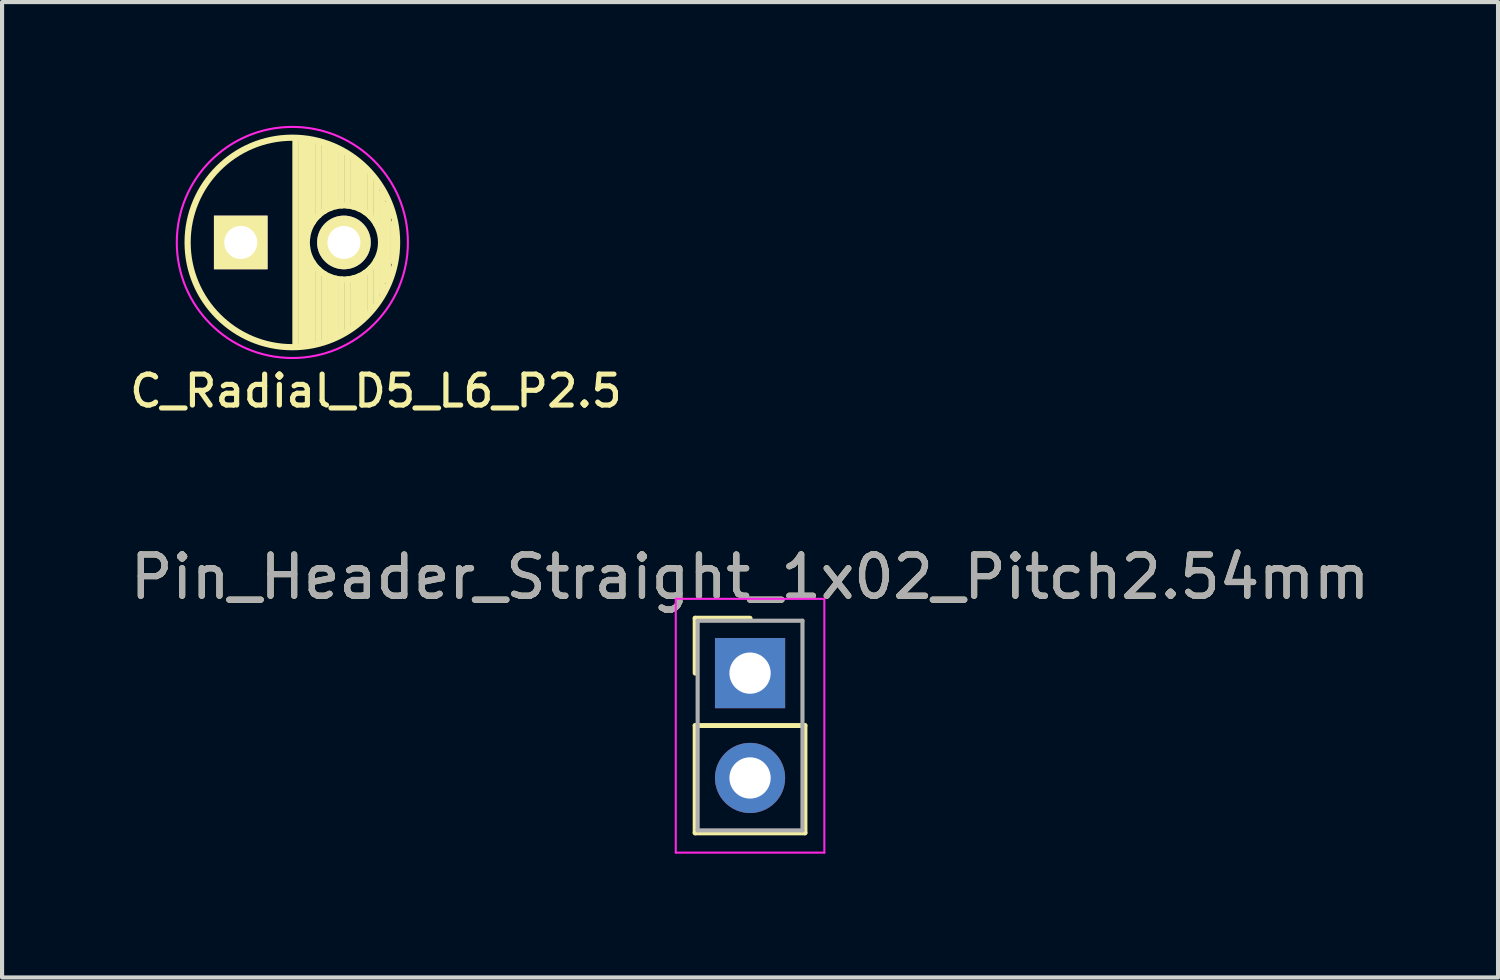
<source format=kicad_pcb>
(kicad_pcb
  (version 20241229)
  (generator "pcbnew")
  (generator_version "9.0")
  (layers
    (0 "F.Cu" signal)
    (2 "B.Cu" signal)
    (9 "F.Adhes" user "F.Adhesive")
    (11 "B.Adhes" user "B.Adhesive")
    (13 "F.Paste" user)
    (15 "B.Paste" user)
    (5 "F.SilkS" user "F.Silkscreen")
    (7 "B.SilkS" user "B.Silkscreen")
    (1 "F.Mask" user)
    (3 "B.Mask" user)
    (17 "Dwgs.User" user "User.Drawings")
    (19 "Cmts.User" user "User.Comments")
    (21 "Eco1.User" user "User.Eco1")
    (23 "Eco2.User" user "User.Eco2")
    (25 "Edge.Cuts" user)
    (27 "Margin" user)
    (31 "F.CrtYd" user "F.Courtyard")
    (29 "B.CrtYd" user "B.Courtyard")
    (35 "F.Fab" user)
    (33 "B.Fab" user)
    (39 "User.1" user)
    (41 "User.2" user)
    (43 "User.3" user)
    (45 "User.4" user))
  (footprint "C_Radial_D5_L6_P2.5"
    (layer "F.Cu")
    (at 2.784 2.825)
    (property "Reference" "C_Radial_D5_L6_P2.5" (at 3.275 3.599 0) (layer "F.SilkS") (effects (font (size 0.75 0.75) (thickness 0.125))))
    (attr through_hole)
    (fp_line (start 1.325 -2.499) (end 1.325 2.499) (stroke (width 0.15) (type solid)) (layer "F.SilkS"))
    (fp_line (start 1.465 -2.491) (end 1.465 2.491) (stroke (width 0.15) (type solid)) (layer "F.SilkS"))
    (fp_line (start 1.605 -2.475) (end 1.605 -0.095) (stroke (width 0.15) (type solid)) (layer "F.SilkS"))
    (fp_line (start 1.605 0.095) (end 1.605 2.475) (stroke (width 0.15) (type solid)) (layer "F.SilkS"))
    (fp_line (start 1.745 -2.451) (end 1.745 -0.49) (stroke (width 0.15) (type solid)) (layer "F.SilkS"))
    (fp_line (start 1.745 0.49) (end 1.745 2.451) (stroke (width 0.15) (type solid)) (layer "F.SilkS"))
    (fp_line (start 1.885 -2.418) (end 1.885 -0.657) (stroke (width 0.15) (type solid)) (layer "F.SilkS"))
    (fp_line (start 1.885 0.657) (end 1.885 2.418) (stroke (width 0.15) (type solid)) (layer "F.SilkS"))
    (fp_line (start 2.025 -2.377) (end 2.025 -0.764) (stroke (width 0.15) (type solid)) (layer "F.SilkS"))
    (fp_line (start 2.025 0.764) (end 2.025 2.377) (stroke (width 0.15) (type solid)) (layer "F.SilkS"))
    (fp_line (start 2.165 -2.327) (end 2.165 -0.835) (stroke (width 0.15) (type solid)) (layer "F.SilkS"))
    (fp_line (start 2.165 0.835) (end 2.165 2.327) (stroke (width 0.15) (type solid)) (layer "F.SilkS"))
    (fp_line (start 2.305 -2.266) (end 2.305 -0.879) (stroke (width 0.15) (type solid)) (layer "F.SilkS"))
    (fp_line (start 2.305 0.879) (end 2.305 2.266) (stroke (width 0.15) (type solid)) (layer "F.SilkS"))
    (fp_line (start 2.445 -2.196) (end 2.445 -0.898) (stroke (width 0.15) (type solid)) (layer "F.SilkS"))
    (fp_line (start 2.445 0.898) (end 2.445 2.196) (stroke (width 0.15) (type solid)) (layer "F.SilkS"))
    (fp_line (start 2.585 -2.114) (end 2.585 -0.896) (stroke (width 0.15) (type solid)) (layer "F.SilkS"))
    (fp_line (start 2.585 0.896) (end 2.585 2.114) (stroke (width 0.15) (type solid)) (layer "F.SilkS"))
    (fp_line (start 2.725 -2.019) (end 2.725 -0.871) (stroke (width 0.15) (type solid)) (layer "F.SilkS"))
    (fp_line (start 2.725 0.871) (end 2.725 2.019) (stroke (width 0.15) (type solid)) (layer "F.SilkS"))
    (fp_line (start 2.865 -1.908) (end 2.865 -0.823) (stroke (width 0.15) (type solid)) (layer "F.SilkS"))
    (fp_line (start 2.865 0.823) (end 2.865 1.908) (stroke (width 0.15) (type solid)) (layer "F.SilkS"))
    (fp_line (start 3.005 -1.78) (end 3.005 -0.745) (stroke (width 0.15) (type solid)) (layer "F.SilkS"))
    (fp_line (start 3.005 0.745) (end 3.005 1.78) (stroke (width 0.15) (type solid)) (layer "F.SilkS"))
    (fp_line (start 3.145 -1.631) (end 3.145 -0.628) (stroke (width 0.15) (type solid)) (layer "F.SilkS"))
    (fp_line (start 3.145 0.628) (end 3.145 1.631) (stroke (width 0.15) (type solid)) (layer "F.SilkS"))
    (fp_line (start 3.285 -1.452) (end 3.285 -0.44) (stroke (width 0.15) (type solid)) (layer "F.SilkS"))
    (fp_line (start 3.285 0.44) (end 3.285 1.452) (stroke (width 0.15) (type solid)) (layer "F.SilkS"))
    (fp_line (start 3.425 -1.233) (end 3.425 1.233) (stroke (width 0.15) (type solid)) (layer "F.SilkS"))
    (fp_line (start 3.565 -0.944) (end 3.565 0.944) (stroke (width 0.15) (type solid)) (layer "F.SilkS"))
    (fp_line (start 3.705 -0.472) (end 3.705 0.472) (stroke (width 0.15) (type solid)) (layer "F.SilkS"))
    (fp_circle (center 1.25 0) (end 1.25 -2.538) (stroke (width 0.15) (type solid)) (fill no) (layer "F.SilkS"))
    (fp_circle (center 2.5 0) (end 2.5 -0.9) (stroke (width 0.15) (type solid)) (fill no) (layer "F.SilkS"))
    (fp_circle (center 1.25 0) (end 1.25 -2.8) (stroke (width 0.05) (type solid)) (fill no) (layer "F.CrtYd"))
    (pad "+" thru_hole rect (at 0 0) (size 1.3 1.3) (drill 0.8) (layers "*.Cu" "*.Mask" "F.SilkS"))
    (pad "-" thru_hole circle (at 2.5 0) (size 1.3 1.3) (drill 0.8) (layers "*.Cu" "*.Mask" "F.SilkS")))
  (footprint "Pin_Header_Straight_1x02_Pitch2.54mm"
    (layer "F.Cu")
    (at 15.125 13.261)
    (property "Reference" "Pin_Header_Straight_1x02_Pitch2.54mm" (at 0 -2.33 0) (layer "F.SilkS") (effects (font (size 1 1) (thickness 0.15))))
    (attr through_hole)
    (fp_line (start -1.33 -1.33) (end 0 -1.33) (stroke (width 0.12) (type solid)) (layer "F.SilkS"))
    (fp_line (start -1.33 0) (end -1.33 -1.33) (stroke (width 0.12) (type solid)) (layer "F.SilkS"))
    (fp_line (start -1.33 1.27) (end -1.33 3.87) (stroke (width 0.12) (type solid)) (layer "F.SilkS"))
    (fp_line (start -1.33 3.87) (end 1.33 3.87) (stroke (width 0.12) (type solid)) (layer "F.SilkS"))
    (fp_line (start 1.33 1.27) (end -1.33 1.27) (stroke (width 0.12) (type solid)) (layer "F.SilkS"))
    (fp_line (start 1.33 3.87) (end 1.33 1.27) (stroke (width 0.12) (type solid)) (layer "F.SilkS"))
    (fp_line (start -1.8 -1.8) (end -1.8 4.35) (stroke (width 0.05) (type solid)) (layer "F.CrtYd"))
    (fp_line (start -1.8 4.35) (end 1.8 4.35) (stroke (width 0.05) (type solid)) (layer "F.CrtYd"))
    (fp_line (start 1.8 -1.8) (end -1.8 -1.8) (stroke (width 0.05) (type solid)) (layer "F.CrtYd"))
    (fp_line (start 1.8 4.35) (end 1.8 -1.8) (stroke (width 0.05) (type solid)) (layer "F.CrtYd"))
    (fp_line (start -1.27 -1.27) (end -1.27 3.81) (stroke (width 0.1) (type solid)) (layer "F.Fab"))
    (fp_line (start -1.27 3.81) (end 1.27 3.81) (stroke (width 0.1) (type solid)) (layer "F.Fab"))
    (fp_line (start 1.27 -1.27) (end -1.27 -1.27) (stroke (width 0.1) (type solid)) (layer "F.Fab"))
    (fp_line (start 1.27 3.81) (end 1.27 -1.27) (stroke (width 0.1) (type solid)) (layer "F.Fab"))
    (fp_text user "${REFERENCE}" (at 0 -2.33 0) (layer "F.Fab") (effects (font (size 1 1) (thickness 0.15))))
    (pad "1" thru_hole rect (at 0 0) (size 1.7 1.7) (drill 1) (layers "*.Cu" "*.Mask"))
    (pad "2" thru_hole oval (at 0 2.54) (size 1.7 1.7) (drill 1) (layers "*.Cu" "*.Mask")))
  (gr_rect
    (start -3 -3)
    (end 33.25 20.636)
    (stroke (width 0.1) (type default))
    (fill no)
    (layer "Edge.Cuts")))
</source>
